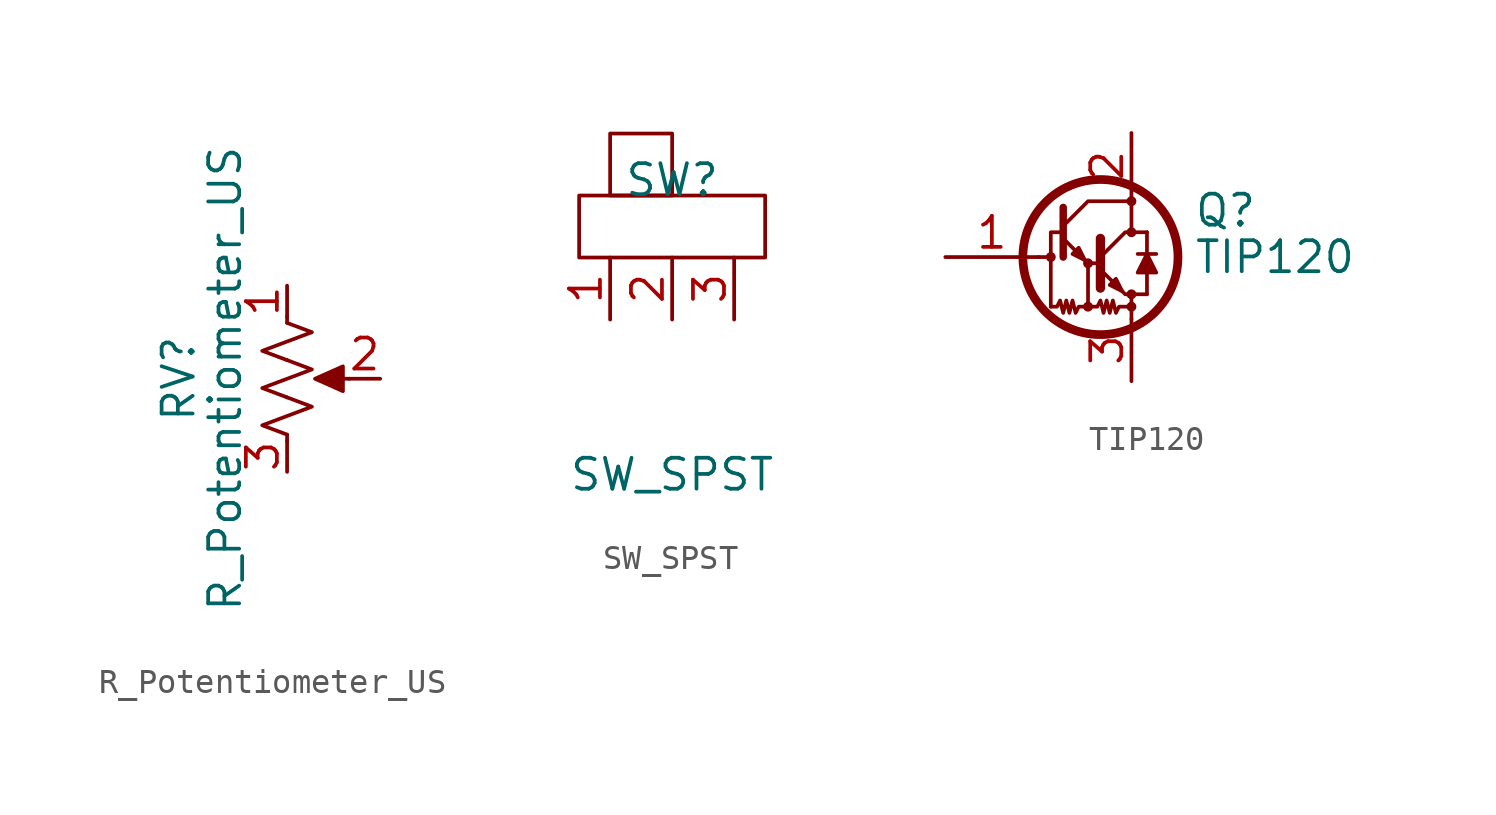
<source format=kicad_sym>
(kicad_symbol_lib
  (version 20220914)
  (generator kicad_symbol_editor)
  (symbol "R_Potentiometer_US"
    (pin_names
      (offset 1.016) hide)
    (property "Reference" "RV"
      (at -4.445 0 90)
      (effects (font (size 1.27 1.27))))
    (property "Value" "R_Potentiometer_US"
      (at -2.54 0 90)
      (effects (font (size 1.27 1.27))))
    (symbol "R_Potentiometer_US_0_1"
      (polyline (pts (xy 0 -2.286) (xy 0 -2.54)) (stroke (width 0) (type default)) (fill (type none)))
      (polyline (pts (xy 0 2.54) (xy 0 2.286)) (stroke (width 0) (type default)) (fill (type none)))
      (polyline (pts (xy 2.54 0) (xy 1.524 0)) (stroke (width 0) (type default)) (fill (type none)))
      (polyline (pts (xy 1.143 0) (xy 2.286 0.508) (xy 2.286 -0.508) (xy 1.143 0)) (stroke (width 0) (type default)) (fill (type outline)))
      (polyline (pts (xy 0 -0.762) (xy 1.016 -1.143) (xy 0 -1.524) (xy -1.016 -1.905) (xy 0 -2.286)) (stroke (width 0) (type default)) (fill (type none)))
      (polyline (pts (xy 0 0.762) (xy 1.016 0.381) (xy 0 0) (xy -1.016 -0.381) (xy 0 -0.762)) (stroke (width 0) (type default)) (fill (type none)))
      (polyline (pts (xy 0 2.286) (xy 1.016 1.905) (xy 0 1.524) (xy -1.016 1.143) (xy 0 0.762)) (stroke (width 0) (type default)) (fill (type none))))
    (symbol "R_Potentiometer_US_1_1"
      (pin passive line (at 0 3.81 270) (length 1.27) (name "1" (effects (font (size 1.27 1.27)))) (number "1" (effects (font (size 1.27 1.27)))))
      (pin passive line (at 3.81 0 180) (length 1.27) (name "2" (effects (font (size 1.27 1.27)))) (number "2" (effects (font (size 1.27 1.27)))))
      (pin passive line (at 0 -3.81 90) (length 1.27) (name "3" (effects (font (size 1.27 1.27)))) (number "3" (effects (font (size 1.27 1.27)))))))
  (symbol "SW_SPST"
    (pin_names
      (offset 0) hide)
    (property "Reference" "SW"
      (at 0 3.175 0)
      (effects (font (size 1.27 1.27))))
    (property "Value" "SW_SPST"
      (at 0 -8.89 0)
      (effects (font (size 1.27 1.27))))
    (symbol "SW_SPST_0_1"
      (rectangle (start -3.81 2.54) (end 3.81 0) (stroke (width 0) (type default)) (fill (type none)))
      (rectangle (start -2.54 5.08) (end 0 2.54) (stroke (width 0) (type default)) (fill (type none))))
    (symbol "SW_SPST_1_1"
      (pin input line (at -2.54 -2.54 90) (length 2.54) (name "" (effects (font (size 1.27 1.27)))) (number "1" (effects (font (size 1.27 1.27)))))
      (pin input line (at 0 -2.54 90) (length 2.54) (name "" (effects (font (size 1.27 1.27)))) (number "2" (effects (font (size 1.27 1.27)))))
      (pin input line (at 2.54 -2.54 90) (length 2.54) (name "" (effects (font (size 1.27 1.27)))) (number "3" (effects (font (size 1.27 1.27)))))))
  (symbol "TIP120"
    (pin_names
      (offset 0) hide)
    (property "Reference" "Q"
      (at 5.08 1.905 0)
      (effects (font (size 1.27 1.27)) (justify left)))
    (property "Value" "TIP120"
      (at 5.08 0 0)
      (effects (font (size 1.27 1.27)) (justify left)))
    (symbol "TIP120_0_1"
      (circle (center -0.762 0) (radius 0.127) (stroke (width 0) (type default)) (fill (type none)))
      (polyline (pts (xy -1.27 0) (xy -0.889 0)) (stroke (width 0) (type default)) (fill (type none)))
      (polyline (pts (xy 2.54 -2.032) (xy 2.54 -2.54)) (stroke (width 0) (type default)) (fill (type none)))
      (polyline (pts (xy 2.54 -1.524) (xy 3.175 -1.524)) (stroke (width 0) (type default)) (fill (type none)))
      (polyline (pts (xy 2.794 0.127) (xy 3.556 0.127)) (stroke (width 0) (type default)) (fill (type none)))
      (polyline (pts (xy 3.175 -0.635) (xy 3.175 -1.524)) (stroke (width 0) (type default)) (fill (type none)))
      (polyline (pts (xy 3.175 1.016) (xy 2.54 1.016)) (stroke (width 0) (type default)) (fill (type none)))
      (polyline (pts (xy 3.175 1.016) (xy 3.175 0.127)) (stroke (width 0) (type default)) (fill (type none)))
      (polyline (pts (xy -0.254 0.762) (xy 0.762 -0.254) (xy 1.27 -0.254)) (stroke (width 0) (type default)) (fill (type none)))
      (polyline (pts (xy -0.254 1.016) (xy -0.762 1.016) (xy -0.762 -2.032)) (stroke (width 0) (type default)) (fill (type none)))
      (polyline (pts (xy -0.254 1.27) (xy 0.762 2.286) (xy 2.54 2.286)) (stroke (width 0) (type default)) (fill (type none)))
      (polyline (pts (xy -0.254 2.032) (xy -0.254 0) (xy -0.254 0)) (stroke (width 0.305) (type default)) (fill (type none)))
      (polyline (pts (xy 1.27 0.762) (xy 1.27 -1.27) (xy 1.27 -1.27)) (stroke (width 0.381) (type default)) (fill (type none)))
      (polyline (pts (xy 0.635 -0.127) (xy 0.381 0.381) (xy 0.127 0.127) (xy 0.635 -0.127)) (stroke (width 0) (type default)) (fill (type none)))
      (polyline (pts (xy 1.27 -0.508) (xy 2.286 -1.524) (xy 2.54 -1.524) (xy 2.54 -2.032)) (stroke (width 0) (type default)) (fill (type none)))
      (polyline (pts (xy 1.27 0) (xy 2.286 1.016) (xy 2.54 1.016) (xy 2.54 2.286)) (stroke (width 0) (type default)) (fill (type none)))
      (polyline (pts (xy 2.159 -1.397) (xy 1.905 -0.889) (xy 1.651 -1.143) (xy 2.159 -1.397)) (stroke (width 0) (type default)) (fill (type none)))
      (polyline (pts (xy 3.175 0.127) (xy 2.794 -0.635) (xy 3.556 -0.635) (xy 3.175 0.127)) (stroke (width 0) (type default)) (fill (type outline)))
      (polyline (pts (xy 0.762 -2.032) (xy 0.381 -2.032) (xy 0.254 -2.286) (xy 0.127 -1.778) (xy 0 -2.286) (xy -0.127 -1.778) (xy -0.254 -2.286) (xy -0.381 -1.778) (xy -0.508 -2.032) (xy -0.762 -2.032)) (stroke (width 0) (type default)) (fill (type none)))
      (polyline (pts (xy 0.762 -0.254) (xy 0.762 -2.032) (xy 1.143 -2.032) (xy 1.27 -1.778) (xy 1.397 -2.286) (xy 1.524 -1.778) (xy 1.651 -2.286) (xy 1.778 -1.778) (xy 1.905 -2.286) (xy 2.032 -2.032) (xy 2.54 -2.032)) (stroke (width 0) (type default)) (fill (type none)))
      (circle (center 0.762 -2.032) (radius 0.127) (stroke (width 0) (type default)) (fill (type none)))
      (circle (center 0.762 -0.254) (radius 0.127) (stroke (width 0) (type default)) (fill (type none)))
      (circle (center 1.27 0) (radius 3.175) (stroke (width 0.356) (type default)) (fill (type none)))
      (circle (center 2.54 -2.032) (radius 0.127) (stroke (width 0) (type default)) (fill (type none)))
      (circle (center 2.54 -1.524) (radius 0.127) (stroke (width 0) (type default)) (fill (type none)))
      (circle (center 2.54 1.016) (radius 0.127) (stroke (width 0) (type default)) (fill (type none)))
      (circle (center 2.54 2.286) (radius 0.127) (stroke (width 0) (type default)) (fill (type none))))
    (symbol "TIP120_1_1"
      (pin input line (at -5.08 0 0) (length 3.81) (name "B" (effects (font (size 1.27 1.27)))) (number "1" (effects (font (size 1.27 1.27)))))
      (pin passive line (at 2.54 5.08 270) (length 2.667) (name "C" (effects (font (size 1.27 1.27)))) (number "2" (effects (font (size 1.27 1.27)))))
      (pin passive line (at 2.54 -5.08 90) (length 2.54) (name "E" (effects (font (size 1.27 1.27)))) (number "3" (effects (font (size 1.27 1.27))))))))
</source>
